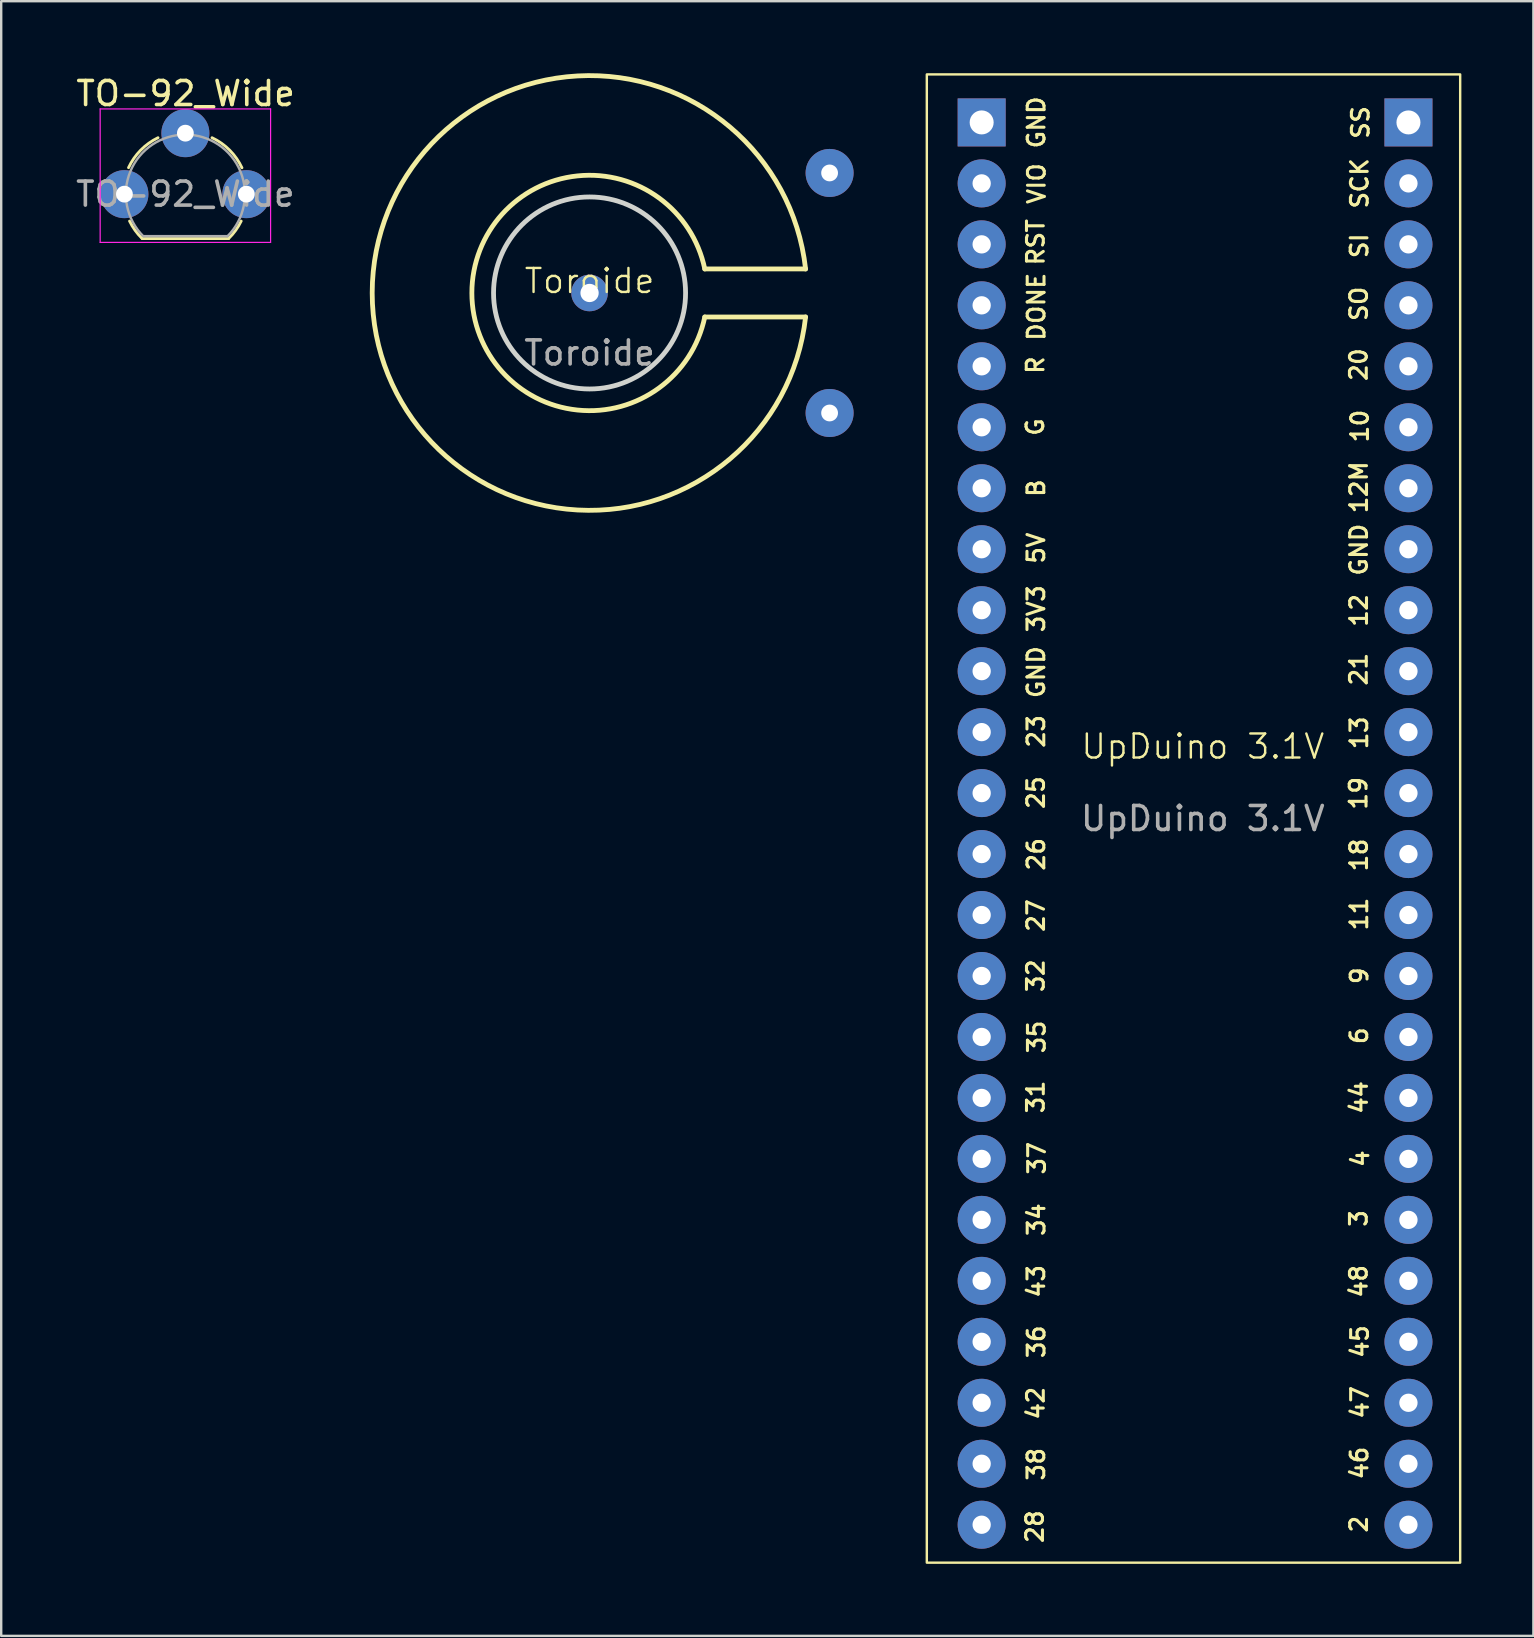
<source format=kicad_pcb>
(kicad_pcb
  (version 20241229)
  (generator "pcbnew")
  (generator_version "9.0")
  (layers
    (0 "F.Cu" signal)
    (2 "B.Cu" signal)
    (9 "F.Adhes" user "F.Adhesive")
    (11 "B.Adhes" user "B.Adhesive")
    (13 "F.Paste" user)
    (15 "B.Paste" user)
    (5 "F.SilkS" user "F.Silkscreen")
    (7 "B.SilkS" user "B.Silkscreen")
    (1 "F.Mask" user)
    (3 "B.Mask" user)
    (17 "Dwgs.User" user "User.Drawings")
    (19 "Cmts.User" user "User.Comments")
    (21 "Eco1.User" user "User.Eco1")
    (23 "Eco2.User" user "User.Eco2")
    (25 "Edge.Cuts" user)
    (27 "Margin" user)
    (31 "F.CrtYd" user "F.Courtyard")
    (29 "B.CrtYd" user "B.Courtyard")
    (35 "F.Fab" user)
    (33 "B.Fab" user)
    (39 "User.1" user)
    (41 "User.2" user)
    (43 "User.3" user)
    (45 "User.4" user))
  (footprint "Toroide"
    (layer "F.Cu")
    (at 21.511 9.155)
    (property "Reference" "Toroide" (at 0 -0.5 0) (unlocked yes) (layer "F.SilkS") (effects (font (size 1 1) (thickness 0.1))))
    (attr through_hole)
    (fp_line (start 9 -1) (end 4.8 -1) (stroke (width 0.2) (type default)) (layer "F.SilkS"))
    (fp_line (start 9 1) (end 4.8 1) (stroke (width 0.2) (type default)) (layer "F.SilkS"))
    (fp_arc (start 4.8 1) (mid -4.90306 0) (end 4.8 -1) (stroke (width 0.2) (type default)) (layer "F.SilkS"))
    (fp_arc (start 9 1) (mid -9.055385 0) (end 9 -1) (stroke (width 0.2) (type default)) (layer "F.SilkS"))
    (fp_circle (center 0 0) (end 4 0) (stroke (width 0.2) (type default)) (fill no) (layer "Edge.Cuts"))
    (fp_text user "${REFERENCE}" (at 0 2.5 0) (unlocked yes) (layer "F.Fab") (effects (font (size 1 1) (thickness 0.15))))
    (pad "" np_thru_hole circle (at 0 0) (size 1.524 1.524) (drill 0.762) (layers "*.Cu" "*.Mask"))
    (pad "1" thru_hole circle (at 10 -5) (size 2 2) (drill 0.7) (layers "*.Cu" "*.Mask"))
    (pad "2" thru_hole circle (at 10 5) (size 2 2) (drill 0.7) (layers "*.Cu" "*.Mask")))
  (footprint "UpDuino 3.1V"
    (layer "F.Cu")
    (at 47.061 28.55)
    (property "Reference" "UpDuino 3.1V" (at 0 -0.5 0) (unlocked yes) (layer "F.SilkS") (effects (font (size 1 1) (thickness 0.1))))
    (attr through_hole)
    (fp_rect (start -11.5 -28.5) (end 10.72 33.5) (stroke (width 0.1) (type default)) (fill no) (layer "F.SilkS"))
    (fp_text user "25" (at -6.955 1.42 90) (unlocked yes) (layer "F.SilkS") (effects (font (size 0.7 0.7) (thickness 0.127))))
    (fp_text user "5V" (at -6.945 -8.765 90) (unlocked yes) (layer "F.SilkS") (effects (font (size 0.7 0.7) (thickness 0.127))))
    (fp_text user "44" (at 6.5 14.12 90) (unlocked yes) (layer "F.SilkS") (effects (font (size 0.7 0.7) (thickness 0.127))))
    (fp_text user "2" (at 6.5 31.9 90) (unlocked yes) (layer "F.SilkS") (effects (font (size 0.7 0.7) (thickness 0.127))))
    (fp_text user "SO" (at 6.5 -18.94 90) (unlocked yes) (layer "F.SilkS") (effects (font (size 0.7 0.7) (thickness 0.127))))
    (fp_text user "47" (at 6.54 26.82 90) (unlocked yes) (layer "F.SilkS") (effects (font (size 0.7 0.7) (thickness 0.127))))
    (fp_text user "43" (at -6.945 21.78 90) (unlocked yes) (layer "F.SilkS") (effects (font (size 0.7 0.7) (thickness 0.127))))
    (fp_text user "31\n" (at -6.965 14.1 90) (unlocked yes) (layer "F.SilkS") (effects (font (size 0.7 0.7) (thickness 0.127))))
    (fp_text user "45" (at 6.54 24.29 90) (unlocked yes) (layer "F.SilkS") (effects (font (size 0.7 0.7) (thickness 0.127))))
    (fp_text user "SS" (at 6.57 -26.5 90) (unlocked yes) (layer "F.SilkS") (effects (font (size 0.7 0.7) (thickness 0.127))))
    (fp_text user "12" (at 6.5 -6.17 90) (unlocked yes) (layer "F.SilkS") (effects (font (size 0.7 0.7) (thickness 0.127))))
    (fp_text user "48" (at 6.49 21.78 90) (unlocked yes) (layer "F.SilkS") (effects (font (size 0.7 0.7) (thickness 0.127))))
    (fp_text user "37" (at -6.915 16.65 90) (unlocked yes) (layer "F.SilkS") (effects (font (size 0.7 0.7) (thickness 0.127))))
    (fp_text user "13" (at 6.51 -1.07 90) (unlocked yes) (layer "F.SilkS") (effects (font (size 0.7 0.7) (thickness 0.127))))
    (fp_text user "GND" (at -6.935 -26.5 90) (unlocked yes) (layer "F.SilkS") (effects (font (size 0.7 0.7) (thickness 0.127))))
    (fp_text user "B" (at -6.945 -11.265 90) (unlocked yes) (layer "F.SilkS") (effects (font (size 0.7 0.7) (thickness 0.127))))
    (fp_text user "12M" (at 6.5 -11.3 90) (unlocked yes) (layer "F.SilkS") (effects (font (size 0.7 0.7) (thickness 0.127))))
    (fp_text user "9" (at 6.52 9.05 90) (unlocked yes) (layer "F.SilkS") (effects (font (size 0.7 0.7) (thickness 0.127))))
    (fp_text user "6" (at 6.51 11.55 90) (unlocked yes) (layer "F.SilkS") (effects (font (size 0.7 0.7) (thickness 0.127))))
    (fp_text user "SCK" (at 6.53 -23.96 90) (unlocked yes) (layer "F.SilkS") (effects (font (size 0.7 0.7) (thickness 0.127))))
    (fp_text user "42" (at -6.965 26.86 90) (unlocked yes) (layer "F.SilkS") (effects (font (size 0.7 0.7) (thickness 0.127))))
    (fp_text user "3V3" (at -6.945 -6.24 90) (unlocked yes) (layer "F.SilkS") (effects (font (size 0.7 0.7) (thickness 0.127))))
    (fp_text user "R" (at -6.975 -16.39 90) (unlocked yes) (layer "F.SilkS") (effects (font (size 0.7 0.7) (thickness 0.127))))
    (fp_text user "RST" (at -6.965 -21.51 90) (unlocked yes) (layer "F.SilkS") (effects (font (size 0.7 0.7) (thickness 0.127))))
    (fp_text user "GND" (at -6.945 -3.6 90) (unlocked yes) (layer "F.SilkS") (effects (font (size 0.7 0.7) (thickness 0.127))))
    (fp_text user "26" (at -6.945 3.99 90) (unlocked yes) (layer "F.SilkS") (effects (font (size 0.7 0.7) (thickness 0.127))))
    (fp_text user "32" (at -6.965 9.05 90) (unlocked yes) (layer "F.SilkS") (effects (font (size 0.7 0.7) (thickness 0.127))))
    (fp_text user "GND" (at 6.5 -8.7 90) (unlocked yes) (layer "F.SilkS") (effects (font (size 0.7 0.7) (thickness 0.127))))
    (fp_text user "21" (at 6.49 -3.72 90) (unlocked yes) (layer "F.SilkS") (effects (font (size 0.7 0.7) (thickness 0.127))))
    (fp_text user "20" (at 6.49 -16.41 90) (unlocked yes) (layer "F.SilkS") (effects (font (size 0.7 0.7) (thickness 0.127))))
    (fp_text user "4" (at 6.56 16.67 90) (unlocked yes) (layer "F.SilkS") (effects (font (size 0.7 0.7) (thickness 0.127))))
    (fp_text user "46" (at 6.52 29.35 90) (unlocked yes) (layer "F.SilkS") (effects (font (size 0.7 0.7) (thickness 0.127))))
    (fp_text user "11" (at 6.51 6.48 90) (unlocked yes) (layer "F.SilkS") (effects (font (size 0.7 0.7) (thickness 0.127))))
    (fp_text user "36" (at -6.935 24.3 90) (unlocked yes) (layer "F.SilkS") (effects (font (size 0.7 0.7) (thickness 0.127))))
    (fp_text user "27" (at -6.955 6.54 90) (unlocked yes) (layer "F.SilkS") (effects (font (size 0.7 0.7) (thickness 0.127))))
    (fp_text user "19" (at 6.48 1.45 90) (unlocked yes) (layer "F.SilkS") (effects (font (size 0.7 0.7) (thickness 0.127))))
    (fp_text user "34" (at -6.935 19.21 90) (unlocked yes) (layer "F.SilkS") (effects (font (size 0.7 0.7) (thickness 0.127))))
    (fp_text user "DONE" (at -6.935 -18.82 90) (unlocked yes) (layer "F.SilkS") (effects (font (size 0.7 0.7) (thickness 0.127))))
    (fp_text user "28" (at -7 32 90) (unlocked yes) (layer "F.SilkS") (effects (font (size 0.7 0.7) (thickness 0.127))))
    (fp_text user "10" (at 6.54 -13.85 90) (unlocked yes) (layer "F.SilkS") (effects (font (size 0.7 0.7) (thickness 0.127))))
    (fp_text user "3" (at 6.49 19.16 90) (unlocked yes) (layer "F.SilkS") (effects (font (size 0.7 0.7) (thickness 0.127))))
    (fp_text user "38" (at -6.945 29.4 90) (unlocked yes) (layer "F.SilkS") (effects (font (size 0.7 0.7) (thickness 0.127))))
    (fp_text user "18" (at 6.5 4.02 90) (unlocked yes) (layer "F.SilkS") (effects (font (size 0.7 0.7) (thickness 0.127))))
    (fp_text user "VIO" (at -6.925 -23.95 90) (unlocked yes) (layer "F.SilkS") (effects (font (size 0.7 0.7) (thickness 0.127))))
    (fp_text user "G" (at -6.985 -13.81 90) (unlocked yes) (layer "F.SilkS") (effects (font (size 0.7 0.7) (thickness 0.127))))
    (fp_text user "35\n" (at -6.925 11.6 90) (unlocked yes) (layer "F.SilkS") (effects (font (size 0.7 0.7) (thickness 0.127))))
    (fp_text user "SI" (at 6.52 -21.36 90) (unlocked yes) (layer "F.SilkS") (effects (font (size 0.7 0.7) (thickness 0.127))))
    (fp_text user "23" (at -6.945 -1.13 90) (unlocked yes) (layer "F.SilkS") (effects (font (size 0.7 0.7) (thickness 0.127))))
    (fp_text user "${REFERENCE}" (at 0 2.5 0) (unlocked yes) (layer "F.Fab") (effects (font (size 1 1) (thickness 0.15))))
    (pad "1" thru_hole rect (at -9.215 -26.5) (size 2 2) (drill 1) (layers "*.Cu" "*.Mask"))
    (pad "1" thru_hole circle (at -9.215 -3.64) (size 2 2) (drill 0.762) (layers "*.Cu" "*.Mask"))
    (pad "1" thru_hole circle (at 8.565 -8.72) (size 2 2) (drill 0.762) (layers "*.Cu" "*.Mask"))
    (pad "2" thru_hole circle (at -9.215 -23.96) (size 2 2) (drill 0.762) (layers "*.Cu" "*.Mask"))
    (pad "3" thru_hole circle (at -9.215 -21.42) (size 2 2) (drill 0.762) (layers "*.Cu" "*.Mask"))
    (pad "4" thru_hole circle (at -9.215 -18.88) (size 2 2) (drill 0.762) (layers "*.Cu" "*.Mask"))
    (pad "5" thru_hole circle (at -9.215 -16.34) (size 2 2) (drill 0.762) (layers "*.Cu" "*.Mask"))
    (pad "6" thru_hole circle (at -9.215 -13.8) (size 2 2) (drill 0.762) (layers "*.Cu" "*.Mask"))
    (pad "7" thru_hole circle (at -9.215 -11.26) (size 2 2) (drill 0.762) (layers "*.Cu" "*.Mask"))
    (pad "8" thru_hole circle (at -9.215 -8.72) (size 2 2) (drill 0.762) (layers "*.Cu" "*.Mask"))
    (pad "9" thru_hole circle (at -9.215 -6.18) (size 2 2) (drill 0.762) (layers "*.Cu" "*.Mask"))
    (pad "11" thru_hole circle (at -9.215 -1.1) (size 2 2) (drill 0.762) (layers "*.Cu" "*.Mask"))
    (pad "12" thru_hole circle (at -9.215 1.44) (size 2 2) (drill 0.762) (layers "*.Cu" "*.Mask"))
    (pad "13" thru_hole circle (at -9.215 3.98) (size 2 2) (drill 0.762) (layers "*.Cu" "*.Mask"))
    (pad "14" thru_hole circle (at -9.215 6.52) (size 2 2) (drill 0.762) (layers "*.Cu" "*.Mask"))
    (pad "15" thru_hole circle (at -9.215 9.06) (size 2 2) (drill 0.762) (layers "*.Cu" "*.Mask"))
    (pad "16" thru_hole circle (at -9.215 11.6) (size 2 2) (drill 0.762) (layers "*.Cu" "*.Mask"))
    (pad "17" thru_hole circle (at -9.215 14.14) (size 2 2) (drill 0.762) (layers "*.Cu" "*.Mask"))
    (pad "18" thru_hole circle (at -9.215 16.68) (size 2 2) (drill 0.762) (layers "*.Cu" "*.Mask"))
    (pad "19" thru_hole circle (at -9.215 19.22) (size 2 2) (drill 0.762) (layers "*.Cu" "*.Mask"))
    (pad "20" thru_hole circle (at -9.215 21.76) (size 2 2) (drill 0.762) (layers "*.Cu" "*.Mask"))
    (pad "21" thru_hole circle (at -9.215 24.3) (size 2 2) (drill 0.762) (layers "*.Cu" "*.Mask"))
    (pad "22" thru_hole circle (at -9.215 26.84) (size 2 2) (drill 0.762) (layers "*.Cu" "*.Mask"))
    (pad "23" thru_hole circle (at -9.215 29.38) (size 2 2) (drill 0.762) (layers "*.Cu" "*.Mask"))
    (pad "24" thru_hole circle (at -9.215 31.92) (size 2 2) (drill 0.762) (layers "*.Cu" "*.Mask"))
    (pad "25" thru_hole rect (at 8.565 -26.5) (size 2 2) (drill 1) (layers "*.Cu" "*.Mask"))
    (pad "26" thru_hole circle (at 8.565 -23.96) (size 2 2) (drill 0.762) (layers "*.Cu" "*.Mask"))
    (pad "27" thru_hole circle (at 8.565 -21.42) (size 2 2) (drill 0.762) (layers "*.Cu" "*.Mask"))
    (pad "28" thru_hole circle (at 8.565 -18.88) (size 2 2) (drill 0.762) (layers "*.Cu" "*.Mask"))
    (pad "29" thru_hole circle (at 8.565 -16.34) (size 2 2) (drill 0.762) (layers "*.Cu" "*.Mask"))
    (pad "30" thru_hole circle (at 8.565 -13.8) (size 2 2) (drill 0.762) (layers "*.Cu" "*.Mask"))
    (pad "31" thru_hole circle (at 8.565 -11.26) (size 2 2) (drill 0.762) (layers "*.Cu" "*.Mask"))
    (pad "33" thru_hole circle (at 8.565 -6.18) (size 2 2) (drill 0.762) (layers "*.Cu" "*.Mask"))
    (pad "34" thru_hole circle (at 8.565 -3.64) (size 2 2) (drill 0.762) (layers "*.Cu" "*.Mask"))
    (pad "35" thru_hole circle (at 8.565 -1.1) (size 2 2) (drill 0.762) (layers "*.Cu" "*.Mask"))
    (pad "36" thru_hole circle (at 8.565 1.44) (size 2 2) (drill 0.762) (layers "*.Cu" "*.Mask"))
    (pad "37" thru_hole circle (at 8.565 3.98) (size 2 2) (drill 0.762) (layers "*.Cu" "*.Mask"))
    (pad "38" thru_hole circle (at 8.565 6.52) (size 2 2) (drill 0.762) (layers "*.Cu" "*.Mask"))
    (pad "39" thru_hole circle (at 8.565 9.06) (size 2 2) (drill 0.762) (layers "*.Cu" "*.Mask"))
    (pad "40" thru_hole circle (at 8.565 11.6) (size 2 2) (drill 0.762) (layers "*.Cu" "*.Mask"))
    (pad "41" thru_hole circle (at 8.565 14.14) (size 2 2) (drill 0.762) (layers "*.Cu" "*.Mask"))
    (pad "42" thru_hole circle (at 8.565 16.68) (size 2 2) (drill 0.762) (layers "*.Cu" "*.Mask"))
    (pad "43" thru_hole circle (at 8.565 19.22) (size 2 2) (drill 0.762) (layers "*.Cu" "*.Mask"))
    (pad "44" thru_hole circle (at 8.565 21.76) (size 2 2) (drill 0.762) (layers "*.Cu" "*.Mask"))
    (pad "45" thru_hole circle (at 8.565 24.3) (size 2 2) (drill 0.762) (layers "*.Cu" "*.Mask"))
    (pad "46" thru_hole circle (at 8.565 26.84) (size 2 2) (drill 0.762) (layers "*.Cu" "*.Mask"))
    (pad "47" thru_hole circle (at 8.565 29.38) (size 2 2) (drill 0.762) (layers "*.Cu" "*.Mask"))
    (pad "48" thru_hole circle (at 8.565 31.92) (size 2 2) (drill 0.762) (layers "*.Cu" "*.Mask")))
  (footprint "TO-92_Wide"
    (layer "F.Cu")
    (at 2.133 5.038)
    (property "Reference" "TO-92_Wide" (at 2.55 -4.19 0) (layer "F.SilkS") (effects (font (size 1 1) (thickness 0.15))))
    (attr through_hole)
    (fp_line (start 0.74 1.85) (end 4.34 1.85) (stroke (width 0.12) (type solid)) (layer "F.SilkS"))
    (fp_arc (start 0.172801 -1.103842) (mid 0.678995 -1.832692) (end 1.4 -2.35) (stroke (width 0.12) (type solid)) (layer "F.SilkS"))
    (fp_arc (start 0.74 1.85) (mid 0.446097 1.509328) (end 0.215816 1.122795) (stroke (width 0.12) (type solid)) (layer "F.SilkS"))
    (fp_arc (start 3.65 -2.35) (mid 4.382279 -1.833196) (end 4.895458 -1.098371) (stroke (width 0.12) (type solid)) (layer "F.SilkS"))
    (fp_arc (start 4.864184 1.122795) (mid 4.633903 1.509328) (end 4.34 1.85) (stroke (width 0.12) (type solid)) (layer "F.SilkS"))
    (fp_line (start -1.01 -3.55) (end -1.01 2.01) (stroke (width 0.05) (type solid)) (layer "F.CrtYd"))
    (fp_line (start -1.01 -3.55) (end 6.09 -3.55) (stroke (width 0.05) (type solid)) (layer "F.CrtYd"))
    (fp_line (start 6.09 2.01) (end -1.01 2.01) (stroke (width 0.05) (type solid)) (layer "F.CrtYd"))
    (fp_line (start 6.09 2.01) (end 6.09 -3.55) (stroke (width 0.05) (type solid)) (layer "F.CrtYd"))
    (fp_line (start 0.8 1.75) (end 4.3 1.75) (stroke (width 0.1) (type solid)) (layer "F.Fab"))
    (fp_arc (start 0.786375 1.753625) (mid 0.248779 -0.949055) (end 2.54 -2.48) (stroke (width 0.1) (type solid)) (layer "F.Fab"))
    (fp_arc (start 2.54 -2.48) (mid 4.831221 -0.949055) (end 4.293625 1.753625) (stroke (width 0.1) (type solid)) (layer "F.Fab"))
    (fp_text user "${REFERENCE}" (at 2.54 0 0) (layer "F.Fab") (effects (font (size 1 1) (thickness 0.15))))
    (pad "1" thru_hole circle (at 0 0) (size 2 2) (drill 0.7) (layers "*.Cu" "*.Mask"))
    (pad "2" thru_hole circle (at 2.54 -2.54) (size 2 2) (drill 0.7) (layers "*.Cu" "*.Mask"))
    (pad "3" thru_hole circle (at 5.08 0) (size 2 2) (drill 0.7) (layers "*.Cu" "*.Mask")))
  (gr_rect
    (start -3 -3)
    (end 60.831 65.1)
    (stroke (width 0.1) (type default))
    (fill no)
    (layer "Edge.Cuts")))
</source>
